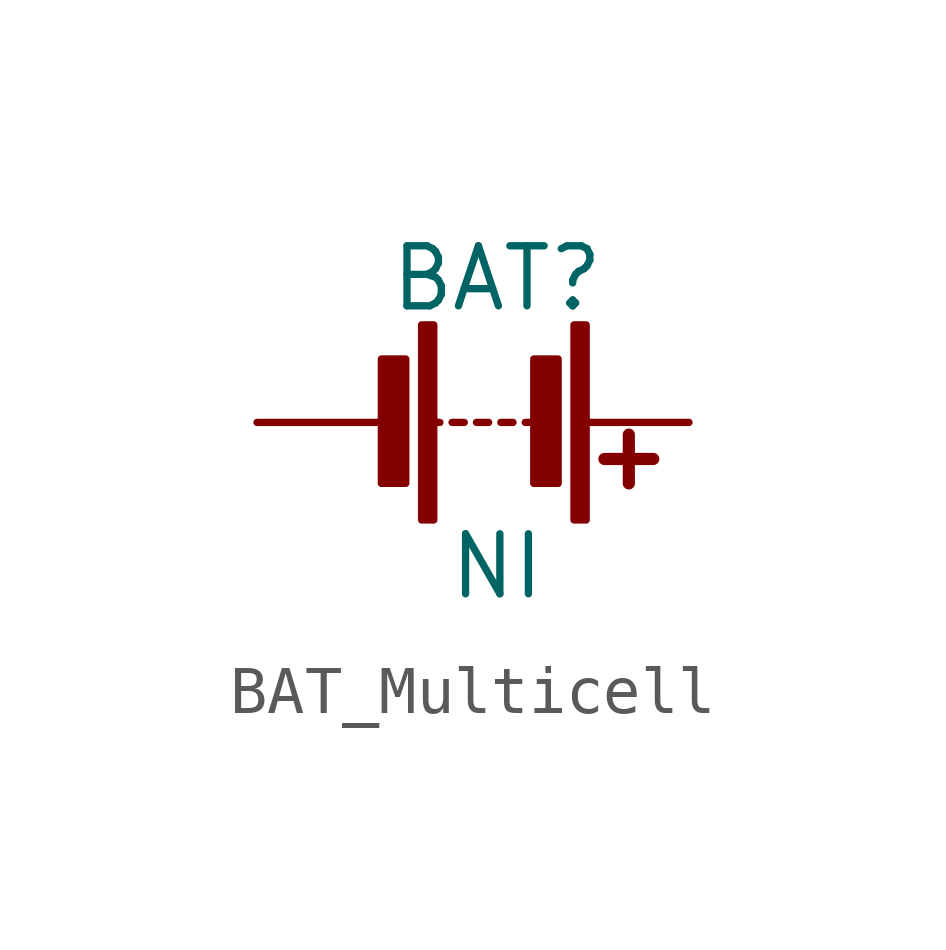
<source format=kicad_sym>
(kicad_symbol_lib
  (version 20241209)
  (generator "kicad_symbol_editor")
  (generator_version "9.0")
  (symbol "BAT_Multicell"
    (pin_numbers
      (hide yes))
    (pin_names
      (offset 0)
      (hide yes))
    (property "Reference" "BAT"
      (at 5 3 0)
      (do_not_autoplace)
      (effects (font (size 1.25 1.25))))
    (property "Value" "NI"
      (at 5 -3 0)
      (do_not_autoplace)
      (effects (font (size 1.25 1.25))))
    (symbol "BAT_Multicell_0_1"
      (rectangle (start 3.099 1.321) (end 2.591 -1.27) (stroke (width 0) (type default)) (fill (type outline)))
      (polyline (pts (xy 3.556 0) (xy 3.81 0)) (stroke (width 0) (type default)) (fill (type none)))
      (rectangle (start 3.683 2.032) (end 3.429 -2.032) (stroke (width 0) (type default)) (fill (type outline)))
      (polyline (pts (xy 4.064 0) (xy 4.318 0)) (stroke (width 0) (type default)) (fill (type none)))
      (polyline (pts (xy 4.572 0) (xy 4.826 0)) (stroke (width 0) (type default)) (fill (type none)))
      (polyline (pts (xy 5.08 0) (xy 5.334 0)) (stroke (width 0) (type default)) (fill (type none)))
      (polyline (pts (xy 5.588 0) (xy 5.842 0)) (stroke (width 0) (type default)) (fill (type none)))
      (rectangle (start 5.766 1.321) (end 6.274 -1.27) (stroke (width 0) (type default)) (fill (type outline)))
      (rectangle (start 6.604 2.032) (end 6.858 -2.032) (stroke (width 0) (type default)) (fill (type outline)))
      (polyline (pts (xy 7.747 -0.254) (xy 7.747 -1.27)) (stroke (width 0.254) (type default)) (fill (type none)))
      (polyline (pts (xy 8.255 -0.762) (xy 7.239 -0.762)) (stroke (width 0.254) (type default)) (fill (type none))))
    (symbol "BAT_Multicell_1_1"
      (pin passive line (at 0 0 0) (length 2.54) (name "N" (effects (font (size 1.25 1.25)))) (number "N" (effects (font (size 1.25 1.25)))))
      (pin passive line (at 9 0 180) (length 2.1) (name "P" (effects (font (size 1.25 1.25)))) (number "P" (effects (font (size 1.25 1.25))))))))
</source>
